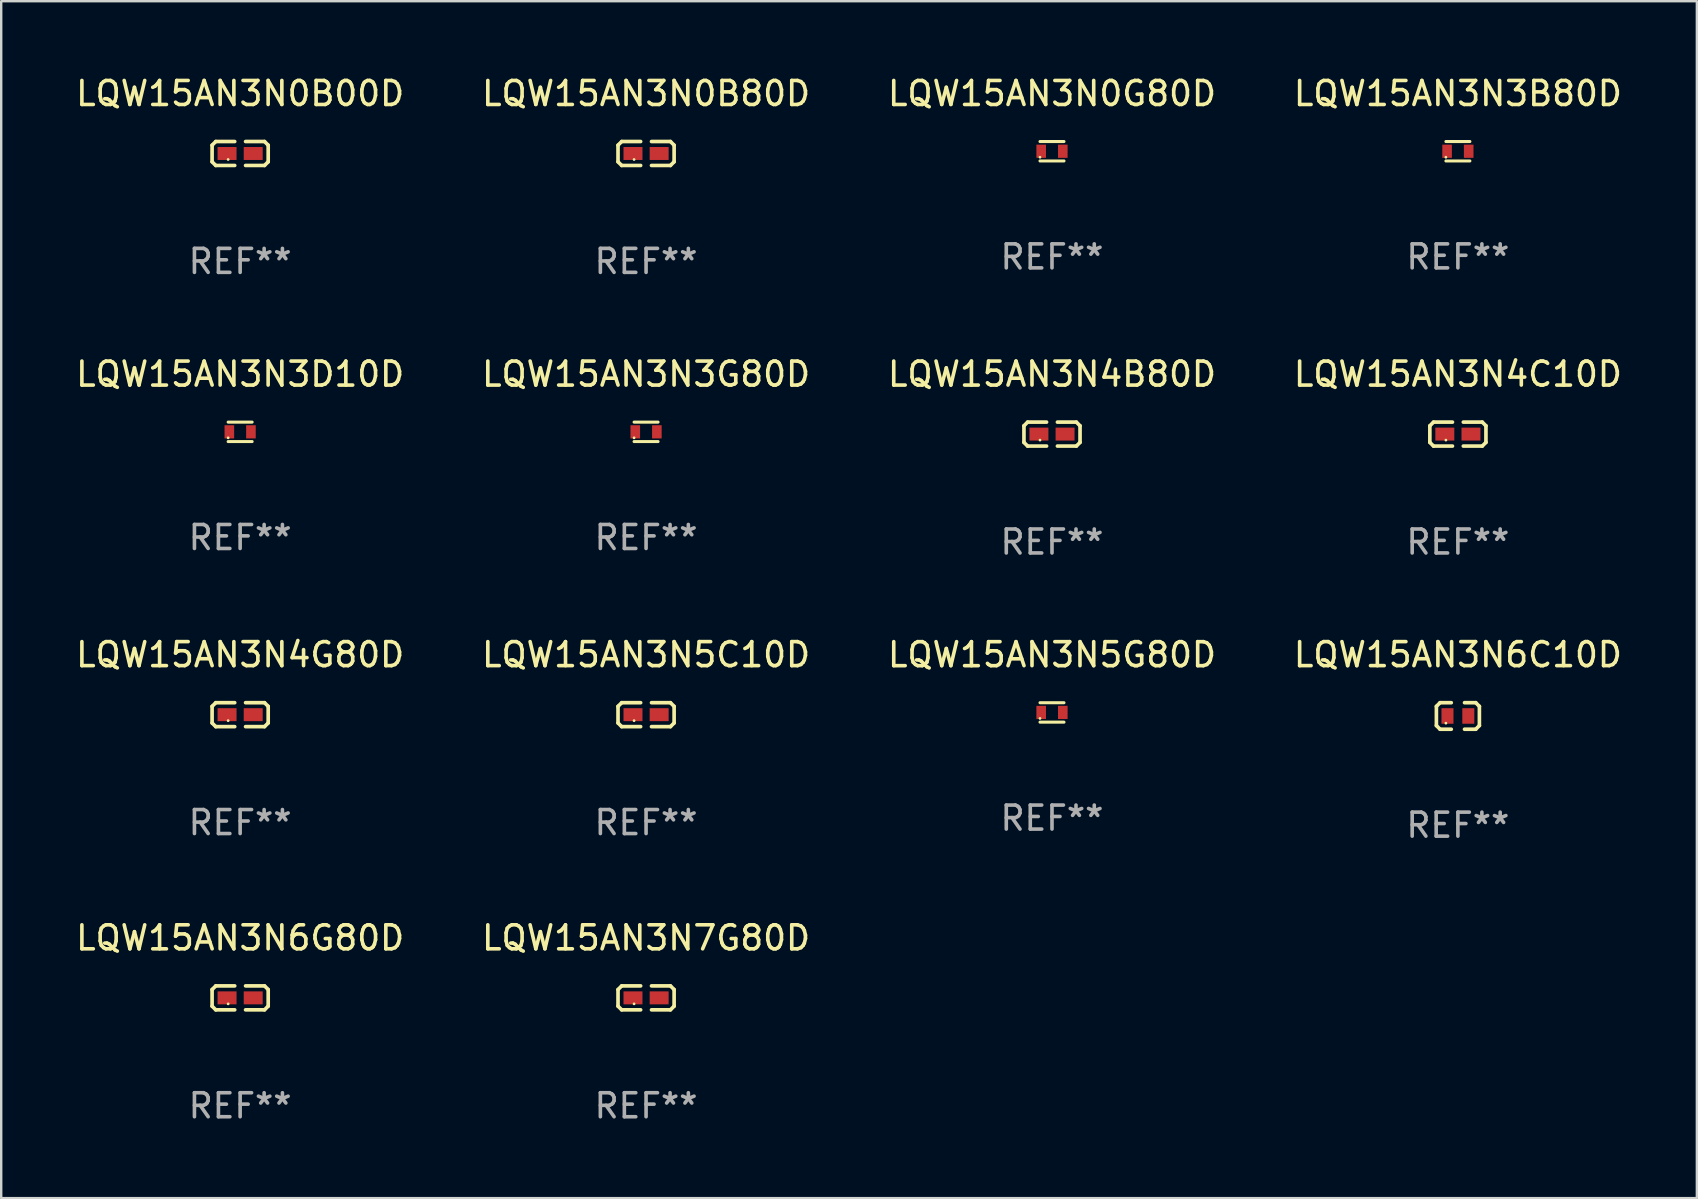
<source format=kicad_pcb>
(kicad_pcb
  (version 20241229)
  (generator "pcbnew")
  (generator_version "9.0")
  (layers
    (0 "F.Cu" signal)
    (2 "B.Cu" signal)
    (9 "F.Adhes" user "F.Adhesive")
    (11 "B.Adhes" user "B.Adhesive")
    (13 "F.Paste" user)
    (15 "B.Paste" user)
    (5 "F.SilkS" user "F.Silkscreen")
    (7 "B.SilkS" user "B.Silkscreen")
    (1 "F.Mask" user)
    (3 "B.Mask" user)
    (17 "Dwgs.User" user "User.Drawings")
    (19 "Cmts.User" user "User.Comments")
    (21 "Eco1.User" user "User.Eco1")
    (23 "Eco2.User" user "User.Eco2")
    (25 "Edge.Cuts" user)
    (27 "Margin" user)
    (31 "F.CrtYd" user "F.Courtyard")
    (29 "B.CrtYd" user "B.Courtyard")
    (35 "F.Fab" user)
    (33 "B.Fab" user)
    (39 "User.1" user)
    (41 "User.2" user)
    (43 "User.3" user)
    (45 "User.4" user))
  (footprint "LQW15AN3N7G80D"
    (layer "F.Cu")
    (at 23.875 38.536)
    (property "Reference" "LQW15AN3N7G80D" (at 0 -2.499 0) (layer "F.SilkS") (effects (font (size 1 1) (thickness 0.15))))
    (attr through_hole)
    (fp_line (start -1.169 -0.346) (end -1.016 -0.499) (stroke (width 0.152) (type solid)) (layer "F.SilkS"))
    (fp_line (start -1.169 0.346) (end -1.169 -0.346) (stroke (width 0.152) (type solid)) (layer "F.SilkS"))
    (fp_line (start -1.016 -0.499) (end -0.226 -0.499) (stroke (width 0.152) (type solid)) (layer "F.SilkS"))
    (fp_line (start -1.016 0.499) (end -1.169 0.346) (stroke (width 0.152) (type solid)) (layer "F.SilkS"))
    (fp_line (start -0.226 0.499) (end -1.016 0.499) (stroke (width 0.152) (type solid)) (layer "F.SilkS"))
    (fp_line (start 0.226 0.499) (end 1.016 0.499) (stroke (width 0.152) (type solid)) (layer "F.SilkS"))
    (fp_line (start 1.016 -0.499) (end 0.226 -0.499) (stroke (width 0.152) (type solid)) (layer "F.SilkS"))
    (fp_line (start 1.016 0.499) (end 1.169 0.346) (stroke (width 0.152) (type solid)) (layer "F.SilkS"))
    (fp_line (start 1.169 -0.346) (end 1.016 -0.499) (stroke (width 0.152) (type solid)) (layer "F.SilkS"))
    (fp_line (start 1.169 0.346) (end 1.169 -0.346) (stroke (width 0.152) (type solid)) (layer "F.SilkS"))
    (fp_circle (center -0.5 0.25) (end -0.47 0.25) (stroke (width 0.06) (type solid)) (fill no) (layer "F.SilkS"))
    (fp_text user "REF**" (at 0 4.499 0) (layer "F.Fab") (effects (font (size 1 1) (thickness 0.15))))
    (pad "1" smd rect (at -0.545 0) (size 0.79 0.54) (layers "F.Cu" "F.Mask" "F.Paste"))
    (pad "2" smd rect (at 0.545 0) (size 0.79 0.54) (layers "F.Cu" "F.Mask" "F.Paste")))
  (footprint "LQW15AN3N3D10D"
    (layer "F.Cu")
    (at 6.958 14.947)
    (property "Reference" "LQW15AN3N3D10D" (at 0 -2.405 0) (layer "F.SilkS") (effects (font (size 1 1) (thickness 0.15))))
    (attr through_hole)
    (fp_line (start -0.5 -0.405) (end 0.5 -0.405) (stroke (width 0.127) (type solid)) (layer "F.SilkS"))
    (fp_line (start -0.5 0.405) (end 0.5 0.405) (stroke (width 0.127) (type solid)) (layer "F.SilkS"))
    (fp_circle (center -0.5 0.25) (end -0.47 0.25) (stroke (width 0.06) (type solid)) (fill no) (layer "F.SilkS"))
    (fp_text user "REF**" (at 0 4.405 0) (layer "F.Fab") (effects (font (size 1 1) (thickness 0.15))))
    (pad "1" smd rect (at -0.45 0 90) (size 0.55 0.4) (layers "F.Cu" "F.Mask" "F.Paste"))
    (pad "2" smd rect (at 0.45 0 90) (size 0.55 0.4) (layers "F.Cu" "F.Mask" "F.Paste")))
  (footprint "LQW15AN3N3B80D"
    (layer "F.Cu")
    (at 57.708 3.253)
    (property "Reference" "LQW15AN3N3B80D" (at 0 -2.405 0) (layer "F.SilkS") (effects (font (size 1 1) (thickness 0.15))))
    (attr through_hole)
    (fp_line (start -0.5 -0.405) (end 0.5 -0.405) (stroke (width 0.127) (type solid)) (layer "F.SilkS"))
    (fp_line (start -0.5 0.405) (end 0.5 0.405) (stroke (width 0.127) (type solid)) (layer "F.SilkS"))
    (fp_circle (center -0.5 0.25) (end -0.47 0.25) (stroke (width 0.06) (type solid)) (fill no) (layer "F.SilkS"))
    (fp_text user "REF**" (at 0 4.405 0) (layer "F.Fab") (effects (font (size 1 1) (thickness 0.15))))
    (pad "1" smd rect (at -0.45 0 90) (size 0.55 0.4) (layers "F.Cu" "F.Mask" "F.Paste"))
    (pad "2" smd rect (at 0.45 0 90) (size 0.55 0.4) (layers "F.Cu" "F.Mask" "F.Paste")))
  (footprint "LQW15AN3N6G80D"
    (layer "F.Cu")
    (at 6.958 38.536)
    (property "Reference" "LQW15AN3N6G80D" (at 0 -2.499 0) (layer "F.SilkS") (effects (font (size 1 1) (thickness 0.15))))
    (attr through_hole)
    (fp_line (start -1.169 -0.346) (end -1.016 -0.499) (stroke (width 0.152) (type solid)) (layer "F.SilkS"))
    (fp_line (start -1.169 0.346) (end -1.169 -0.346) (stroke (width 0.152) (type solid)) (layer "F.SilkS"))
    (fp_line (start -1.016 -0.499) (end -0.226 -0.499) (stroke (width 0.152) (type solid)) (layer "F.SilkS"))
    (fp_line (start -1.016 0.499) (end -1.169 0.346) (stroke (width 0.152) (type solid)) (layer "F.SilkS"))
    (fp_line (start -0.226 0.499) (end -1.016 0.499) (stroke (width 0.152) (type solid)) (layer "F.SilkS"))
    (fp_line (start 0.226 0.499) (end 1.016 0.499) (stroke (width 0.152) (type solid)) (layer "F.SilkS"))
    (fp_line (start 1.016 -0.499) (end 0.226 -0.499) (stroke (width 0.152) (type solid)) (layer "F.SilkS"))
    (fp_line (start 1.016 0.499) (end 1.169 0.346) (stroke (width 0.152) (type solid)) (layer "F.SilkS"))
    (fp_line (start 1.169 -0.346) (end 1.016 -0.499) (stroke (width 0.152) (type solid)) (layer "F.SilkS"))
    (fp_line (start 1.169 0.346) (end 1.169 -0.346) (stroke (width 0.152) (type solid)) (layer "F.SilkS"))
    (fp_circle (center -0.5 0.25) (end -0.47 0.25) (stroke (width 0.06) (type solid)) (fill no) (layer "F.SilkS"))
    (fp_text user "REF**" (at 0 4.499 0) (layer "F.Fab") (effects (font (size 1 1) (thickness 0.15))))
    (pad "1" smd rect (at -0.545 0) (size 0.79 0.54) (layers "F.Cu" "F.Mask" "F.Paste"))
    (pad "2" smd rect (at 0.545 0) (size 0.79 0.54) (layers "F.Cu" "F.Mask" "F.Paste")))
  (footprint "LQW15AN3N6C10D"
    (layer "F.Cu")
    (at 57.708 26.788)
    (property "Reference" "LQW15AN3N6C10D" (at 0 -2.553 0) (layer "F.SilkS") (effects (font (size 1 1) (thickness 0.15))))
    (attr through_hole)
    (fp_line (start -0.896 -0.4) (end -0.896 0.4) (stroke (width 0.152) (type solid)) (layer "F.SilkS"))
    (fp_line (start -0.896 0.4) (end -0.744 0.553) (stroke (width 0.152) (type solid)) (layer "F.SilkS"))
    (fp_line (start -0.744 -0.553) (end -0.896 -0.4) (stroke (width 0.152) (type solid)) (layer "F.SilkS"))
    (fp_line (start -0.744 0.553) (end -0.276 0.553) (stroke (width 0.152) (type solid)) (layer "F.SilkS"))
    (fp_line (start -0.276 -0.553) (end -0.744 -0.553) (stroke (width 0.152) (type solid)) (layer "F.SilkS"))
    (fp_line (start 0.276 -0.553) (end 0.744 -0.553) (stroke (width 0.152) (type solid)) (layer "F.SilkS"))
    (fp_line (start 0.744 -0.553) (end 0.896 -0.4) (stroke (width 0.152) (type solid)) (layer "F.SilkS"))
    (fp_line (start 0.744 0.553) (end 0.276 0.553) (stroke (width 0.152) (type solid)) (layer "F.SilkS"))
    (fp_line (start 0.896 -0.4) (end 0.896 0.4) (stroke (width 0.152) (type solid)) (layer "F.SilkS"))
    (fp_line (start 0.896 0.4) (end 0.744 0.553) (stroke (width 0.152) (type solid)) (layer "F.SilkS"))
    (fp_circle (center -0.5 0.3) (end -0.47 0.3) (stroke (width 0.06) (type solid)) (fill no) (layer "F.SilkS"))
    (fp_text user "REF**" (at 0 4.553 0) (layer "F.Fab") (effects (font (size 1 1) (thickness 0.15))))
    (pad "1" smd rect (at -0.434 0) (size 0.5 0.648) (layers "F.Cu" "F.Mask" "F.Paste"))
    (pad "2" smd rect (at 0.434 0) (size 0.5 0.648) (layers "F.Cu" "F.Mask" "F.Paste")))
  (footprint "LQW15AN3N4C10D"
    (layer "F.Cu")
    (at 57.708 15.041)
    (property "Reference" "LQW15AN3N4C10D" (at 0 -2.499 0) (layer "F.SilkS") (effects (font (size 1 1) (thickness 0.15))))
    (attr through_hole)
    (fp_line (start -1.169 -0.346) (end -1.016 -0.499) (stroke (width 0.152) (type solid)) (layer "F.SilkS"))
    (fp_line (start -1.169 0.346) (end -1.169 -0.346) (stroke (width 0.152) (type solid)) (layer "F.SilkS"))
    (fp_line (start -1.016 -0.499) (end -0.226 -0.499) (stroke (width 0.152) (type solid)) (layer "F.SilkS"))
    (fp_line (start -1.016 0.499) (end -1.169 0.346) (stroke (width 0.152) (type solid)) (layer "F.SilkS"))
    (fp_line (start -0.226 0.499) (end -1.016 0.499) (stroke (width 0.152) (type solid)) (layer "F.SilkS"))
    (fp_line (start 0.226 0.499) (end 1.016 0.499) (stroke (width 0.152) (type solid)) (layer "F.SilkS"))
    (fp_line (start 1.016 -0.499) (end 0.226 -0.499) (stroke (width 0.152) (type solid)) (layer "F.SilkS"))
    (fp_line (start 1.016 0.499) (end 1.169 0.346) (stroke (width 0.152) (type solid)) (layer "F.SilkS"))
    (fp_line (start 1.169 -0.346) (end 1.016 -0.499) (stroke (width 0.152) (type solid)) (layer "F.SilkS"))
    (fp_line (start 1.169 0.346) (end 1.169 -0.346) (stroke (width 0.152) (type solid)) (layer "F.SilkS"))
    (fp_circle (center -0.5 0.25) (end -0.47 0.25) (stroke (width 0.06) (type solid)) (fill no) (layer "F.SilkS"))
    (fp_text user "REF**" (at 0 4.499 0) (layer "F.Fab") (effects (font (size 1 1) (thickness 0.15))))
    (pad "1" smd rect (at -0.545 0) (size 0.79 0.54) (layers "F.Cu" "F.Mask" "F.Paste"))
    (pad "2" smd rect (at 0.545 0) (size 0.79 0.54) (layers "F.Cu" "F.Mask" "F.Paste")))
  (footprint "LQW15AN3N0B00D"
    (layer "F.Cu")
    (at 6.958 3.347)
    (property "Reference" "LQW15AN3N0B00D" (at 0 -2.499 0) (layer "F.SilkS") (effects (font (size 1 1) (thickness 0.15))))
    (attr through_hole)
    (fp_line (start -1.169 -0.346) (end -1.016 -0.499) (stroke (width 0.152) (type solid)) (layer "F.SilkS"))
    (fp_line (start -1.169 0.346) (end -1.169 -0.346) (stroke (width 0.152) (type solid)) (layer "F.SilkS"))
    (fp_line (start -1.016 -0.499) (end -0.226 -0.499) (stroke (width 0.152) (type solid)) (layer "F.SilkS"))
    (fp_line (start -1.016 0.499) (end -1.169 0.346) (stroke (width 0.152) (type solid)) (layer "F.SilkS"))
    (fp_line (start -0.226 0.499) (end -1.016 0.499) (stroke (width 0.152) (type solid)) (layer "F.SilkS"))
    (fp_line (start 0.226 0.499) (end 1.016 0.499) (stroke (width 0.152) (type solid)) (layer "F.SilkS"))
    (fp_line (start 1.016 -0.499) (end 0.226 -0.499) (stroke (width 0.152) (type solid)) (layer "F.SilkS"))
    (fp_line (start 1.016 0.499) (end 1.169 0.346) (stroke (width 0.152) (type solid)) (layer "F.SilkS"))
    (fp_line (start 1.169 -0.346) (end 1.016 -0.499) (stroke (width 0.152) (type solid)) (layer "F.SilkS"))
    (fp_line (start 1.169 0.346) (end 1.169 -0.346) (stroke (width 0.152) (type solid)) (layer "F.SilkS"))
    (fp_circle (center -0.5 0.25) (end -0.47 0.25) (stroke (width 0.06) (type solid)) (fill no) (layer "F.SilkS"))
    (fp_text user "REF**" (at 0 4.499 0) (layer "F.Fab") (effects (font (size 1 1) (thickness 0.15))))
    (pad "1" smd rect (at -0.545 0) (size 0.79 0.54) (layers "F.Cu" "F.Mask" "F.Paste"))
    (pad "2" smd rect (at 0.545 0) (size 0.79 0.54) (layers "F.Cu" "F.Mask" "F.Paste")))
  (footprint "LQW15AN3N5G80D"
    (layer "F.Cu")
    (at 40.792 26.641)
    (property "Reference" "LQW15AN3N5G80D" (at 0 -2.405 0) (layer "F.SilkS") (effects (font (size 1 1) (thickness 0.15))))
    (attr through_hole)
    (fp_line (start -0.5 -0.405) (end 0.5 -0.405) (stroke (width 0.127) (type solid)) (layer "F.SilkS"))
    (fp_line (start -0.5 0.405) (end 0.5 0.405) (stroke (width 0.127) (type solid)) (layer "F.SilkS"))
    (fp_circle (center -0.5 0.25) (end -0.47 0.25) (stroke (width 0.06) (type solid)) (fill no) (layer "F.SilkS"))
    (fp_text user "REF**" (at 0 4.405 0) (layer "F.Fab") (effects (font (size 1 1) (thickness 0.15))))
    (pad "1" smd rect (at -0.45 0 90) (size 0.55 0.4) (layers "F.Cu" "F.Mask" "F.Paste"))
    (pad "2" smd rect (at 0.45 0 90) (size 0.55 0.4) (layers "F.Cu" "F.Mask" "F.Paste")))
  (footprint "LQW15AN3N4B80D"
    (layer "F.Cu")
    (at 40.792 15.041)
    (property "Reference" "LQW15AN3N4B80D" (at 0 -2.499 0) (layer "F.SilkS") (effects (font (size 1 1) (thickness 0.15))))
    (attr through_hole)
    (fp_line (start -1.169 -0.346) (end -1.016 -0.499) (stroke (width 0.152) (type solid)) (layer "F.SilkS"))
    (fp_line (start -1.169 0.346) (end -1.169 -0.346) (stroke (width 0.152) (type solid)) (layer "F.SilkS"))
    (fp_line (start -1.016 -0.499) (end -0.226 -0.499) (stroke (width 0.152) (type solid)) (layer "F.SilkS"))
    (fp_line (start -1.016 0.499) (end -1.169 0.346) (stroke (width 0.152) (type solid)) (layer "F.SilkS"))
    (fp_line (start -0.226 0.499) (end -1.016 0.499) (stroke (width 0.152) (type solid)) (layer "F.SilkS"))
    (fp_line (start 0.226 0.499) (end 1.016 0.499) (stroke (width 0.152) (type solid)) (layer "F.SilkS"))
    (fp_line (start 1.016 -0.499) (end 0.226 -0.499) (stroke (width 0.152) (type solid)) (layer "F.SilkS"))
    (fp_line (start 1.016 0.499) (end 1.169 0.346) (stroke (width 0.152) (type solid)) (layer "F.SilkS"))
    (fp_line (start 1.169 -0.346) (end 1.016 -0.499) (stroke (width 0.152) (type solid)) (layer "F.SilkS"))
    (fp_line (start 1.169 0.346) (end 1.169 -0.346) (stroke (width 0.152) (type solid)) (layer "F.SilkS"))
    (fp_circle (center -0.5 0.25) (end -0.47 0.25) (stroke (width 0.06) (type solid)) (fill no) (layer "F.SilkS"))
    (fp_text user "REF**" (at 0 4.499 0) (layer "F.Fab") (effects (font (size 1 1) (thickness 0.15))))
    (pad "1" smd rect (at -0.545 0) (size 0.79 0.54) (layers "F.Cu" "F.Mask" "F.Paste"))
    (pad "2" smd rect (at 0.545 0) (size 0.79 0.54) (layers "F.Cu" "F.Mask" "F.Paste")))
  (footprint "LQW15AN3N0B80D"
    (layer "F.Cu")
    (at 23.875 3.347)
    (property "Reference" "LQW15AN3N0B80D" (at 0 -2.499 0) (layer "F.SilkS") (effects (font (size 1 1) (thickness 0.15))))
    (attr through_hole)
    (fp_line (start -1.169 -0.346) (end -1.016 -0.499) (stroke (width 0.152) (type solid)) (layer "F.SilkS"))
    (fp_line (start -1.169 0.346) (end -1.169 -0.346) (stroke (width 0.152) (type solid)) (layer "F.SilkS"))
    (fp_line (start -1.016 -0.499) (end -0.226 -0.499) (stroke (width 0.152) (type solid)) (layer "F.SilkS"))
    (fp_line (start -1.016 0.499) (end -1.169 0.346) (stroke (width 0.152) (type solid)) (layer "F.SilkS"))
    (fp_line (start -0.226 0.499) (end -1.016 0.499) (stroke (width 0.152) (type solid)) (layer "F.SilkS"))
    (fp_line (start 0.226 0.499) (end 1.016 0.499) (stroke (width 0.152) (type solid)) (layer "F.SilkS"))
    (fp_line (start 1.016 -0.499) (end 0.226 -0.499) (stroke (width 0.152) (type solid)) (layer "F.SilkS"))
    (fp_line (start 1.016 0.499) (end 1.169 0.346) (stroke (width 0.152) (type solid)) (layer "F.SilkS"))
    (fp_line (start 1.169 -0.346) (end 1.016 -0.499) (stroke (width 0.152) (type solid)) (layer "F.SilkS"))
    (fp_line (start 1.169 0.346) (end 1.169 -0.346) (stroke (width 0.152) (type solid)) (layer "F.SilkS"))
    (fp_circle (center -0.5 0.25) (end -0.47 0.25) (stroke (width 0.06) (type solid)) (fill no) (layer "F.SilkS"))
    (fp_text user "REF**" (at 0 4.499 0) (layer "F.Fab") (effects (font (size 1 1) (thickness 0.15))))
    (pad "1" smd rect (at -0.545 0) (size 0.79 0.54) (layers "F.Cu" "F.Mask" "F.Paste"))
    (pad "2" smd rect (at 0.545 0) (size 0.79 0.54) (layers "F.Cu" "F.Mask" "F.Paste")))
  (footprint "LQW15AN3N0G80D"
    (layer "F.Cu")
    (at 40.792 3.253)
    (property "Reference" "LQW15AN3N0G80D" (at 0 -2.405 0) (layer "F.SilkS") (effects (font (size 1 1) (thickness 0.15))))
    (attr through_hole)
    (fp_line (start -0.5 -0.405) (end 0.5 -0.405) (stroke (width 0.127) (type solid)) (layer "F.SilkS"))
    (fp_line (start -0.5 0.405) (end 0.5 0.405) (stroke (width 0.127) (type solid)) (layer "F.SilkS"))
    (fp_circle (center -0.5 0.25) (end -0.47 0.25) (stroke (width 0.06) (type solid)) (fill no) (layer "F.SilkS"))
    (fp_text user "REF**" (at 0 4.405 0) (layer "F.Fab") (effects (font (size 1 1) (thickness 0.15))))
    (pad "1" smd rect (at -0.45 0 90) (size 0.55 0.4) (layers "F.Cu" "F.Mask" "F.Paste"))
    (pad "2" smd rect (at 0.45 0 90) (size 0.55 0.4) (layers "F.Cu" "F.Mask" "F.Paste")))
  (footprint "LQW15AN3N3G80D"
    (layer "F.Cu")
    (at 23.875 14.947)
    (property "Reference" "LQW15AN3N3G80D" (at 0 -2.405 0) (layer "F.SilkS") (effects (font (size 1 1) (thickness 0.15))))
    (attr through_hole)
    (fp_line (start -0.5 -0.405) (end 0.5 -0.405) (stroke (width 0.127) (type solid)) (layer "F.SilkS"))
    (fp_line (start -0.5 0.405) (end 0.5 0.405) (stroke (width 0.127) (type solid)) (layer "F.SilkS"))
    (fp_circle (center -0.5 0.25) (end -0.47 0.25) (stroke (width 0.06) (type solid)) (fill no) (layer "F.SilkS"))
    (fp_text user "REF**" (at 0 4.405 0) (layer "F.Fab") (effects (font (size 1 1) (thickness 0.15))))
    (pad "1" smd rect (at -0.45 0 90) (size 0.55 0.4) (layers "F.Cu" "F.Mask" "F.Paste"))
    (pad "2" smd rect (at 0.45 0 90) (size 0.55 0.4) (layers "F.Cu" "F.Mask" "F.Paste")))
  (footprint "LQW15AN3N5C10D"
    (layer "F.Cu")
    (at 23.875 26.734)
    (property "Reference" "LQW15AN3N5C10D" (at 0 -2.499 0) (layer "F.SilkS") (effects (font (size 1 1) (thickness 0.15))))
    (attr through_hole)
    (fp_line (start -1.169 -0.346) (end -1.016 -0.499) (stroke (width 0.152) (type solid)) (layer "F.SilkS"))
    (fp_line (start -1.169 0.346) (end -1.169 -0.346) (stroke (width 0.152) (type solid)) (layer "F.SilkS"))
    (fp_line (start -1.016 -0.499) (end -0.226 -0.499) (stroke (width 0.152) (type solid)) (layer "F.SilkS"))
    (fp_line (start -1.016 0.499) (end -1.169 0.346) (stroke (width 0.152) (type solid)) (layer "F.SilkS"))
    (fp_line (start -0.226 0.499) (end -1.016 0.499) (stroke (width 0.152) (type solid)) (layer "F.SilkS"))
    (fp_line (start 0.226 0.499) (end 1.016 0.499) (stroke (width 0.152) (type solid)) (layer "F.SilkS"))
    (fp_line (start 1.016 -0.499) (end 0.226 -0.499) (stroke (width 0.152) (type solid)) (layer "F.SilkS"))
    (fp_line (start 1.016 0.499) (end 1.169 0.346) (stroke (width 0.152) (type solid)) (layer "F.SilkS"))
    (fp_line (start 1.169 -0.346) (end 1.016 -0.499) (stroke (width 0.152) (type solid)) (layer "F.SilkS"))
    (fp_line (start 1.169 0.346) (end 1.169 -0.346) (stroke (width 0.152) (type solid)) (layer "F.SilkS"))
    (fp_circle (center -0.5 0.25) (end -0.47 0.25) (stroke (width 0.06) (type solid)) (fill no) (layer "F.SilkS"))
    (fp_text user "REF**" (at 0 4.499 0) (layer "F.Fab") (effects (font (size 1 1) (thickness 0.15))))
    (pad "1" smd rect (at -0.545 0) (size 0.79 0.54) (layers "F.Cu" "F.Mask" "F.Paste"))
    (pad "2" smd rect (at 0.545 0) (size 0.79 0.54) (layers "F.Cu" "F.Mask" "F.Paste")))
  (footprint "LQW15AN3N4G80D"
    (layer "F.Cu")
    (at 6.958 26.734)
    (property "Reference" "LQW15AN3N4G80D" (at 0 -2.499 0) (layer "F.SilkS") (effects (font (size 1 1) (thickness 0.15))))
    (attr through_hole)
    (fp_line (start -1.169 -0.346) (end -1.016 -0.499) (stroke (width 0.152) (type solid)) (layer "F.SilkS"))
    (fp_line (start -1.169 0.346) (end -1.169 -0.346) (stroke (width 0.152) (type solid)) (layer "F.SilkS"))
    (fp_line (start -1.016 -0.499) (end -0.226 -0.499) (stroke (width 0.152) (type solid)) (layer "F.SilkS"))
    (fp_line (start -1.016 0.499) (end -1.169 0.346) (stroke (width 0.152) (type solid)) (layer "F.SilkS"))
    (fp_line (start -0.226 0.499) (end -1.016 0.499) (stroke (width 0.152) (type solid)) (layer "F.SilkS"))
    (fp_line (start 0.226 0.499) (end 1.016 0.499) (stroke (width 0.152) (type solid)) (layer "F.SilkS"))
    (fp_line (start 1.016 -0.499) (end 0.226 -0.499) (stroke (width 0.152) (type solid)) (layer "F.SilkS"))
    (fp_line (start 1.016 0.499) (end 1.169 0.346) (stroke (width 0.152) (type solid)) (layer "F.SilkS"))
    (fp_line (start 1.169 -0.346) (end 1.016 -0.499) (stroke (width 0.152) (type solid)) (layer "F.SilkS"))
    (fp_line (start 1.169 0.346) (end 1.169 -0.346) (stroke (width 0.152) (type solid)) (layer "F.SilkS"))
    (fp_circle (center -0.5 0.25) (end -0.47 0.25) (stroke (width 0.06) (type solid)) (fill no) (layer "F.SilkS"))
    (fp_text user "REF**" (at 0 4.499 0) (layer "F.Fab") (effects (font (size 1 1) (thickness 0.15))))
    (pad "1" smd rect (at -0.545 0) (size 0.79 0.54) (layers "F.Cu" "F.Mask" "F.Paste"))
    (pad "2" smd rect (at 0.545 0) (size 0.79 0.54) (layers "F.Cu" "F.Mask" "F.Paste")))
  (gr_rect
    (start -3 -3)
    (end 67.667 46.883)
    (stroke (width 0.1) (type default))
    (fill no)
    (layer "Edge.Cuts")))
</source>
